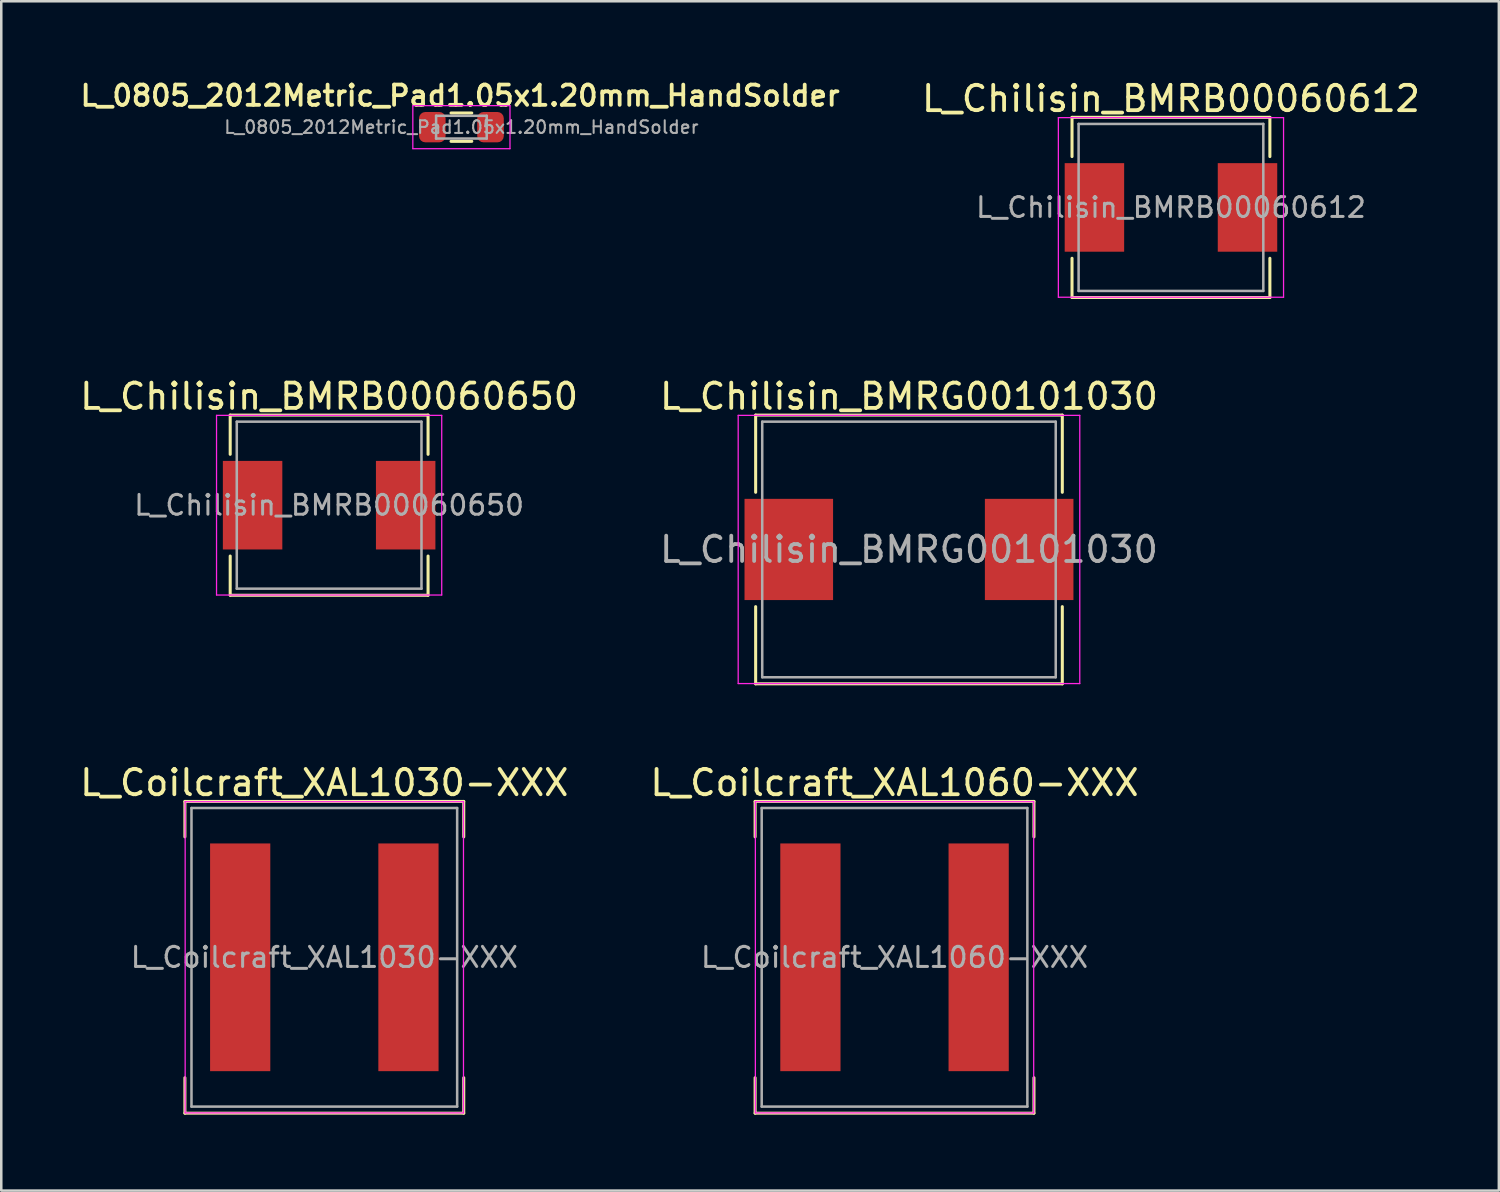
<source format=kicad_pcb>
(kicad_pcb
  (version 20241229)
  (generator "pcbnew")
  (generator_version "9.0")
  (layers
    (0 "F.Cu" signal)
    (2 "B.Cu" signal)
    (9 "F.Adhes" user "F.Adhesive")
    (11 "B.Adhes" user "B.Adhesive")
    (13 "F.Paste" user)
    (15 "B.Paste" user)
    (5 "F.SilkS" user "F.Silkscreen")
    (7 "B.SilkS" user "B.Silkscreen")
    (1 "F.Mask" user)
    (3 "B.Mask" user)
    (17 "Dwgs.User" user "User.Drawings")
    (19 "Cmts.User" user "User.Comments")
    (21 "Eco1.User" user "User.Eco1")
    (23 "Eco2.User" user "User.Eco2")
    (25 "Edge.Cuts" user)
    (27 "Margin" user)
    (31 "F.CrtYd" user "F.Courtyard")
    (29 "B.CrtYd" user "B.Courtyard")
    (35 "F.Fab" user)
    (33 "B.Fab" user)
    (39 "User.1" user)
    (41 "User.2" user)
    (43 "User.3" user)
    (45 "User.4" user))
  (footprint "L_0805_2012Metric_Pad1.05x1.20mm_HandSolder"
    (layer "F.Cu")
    (at 15.186 1.976)
    (property "Reference" "L_0805_2012Metric_Pad1.05x1.20mm_HandSolder" (at -0.051 -1.245 0) (layer "F.SilkS") (effects (font (size 0.8 0.8) (thickness 0.15))))
    (attr smd)
    (fp_line (start -0.41 -0.56) (end 0.41 -0.56) (stroke (width 0.12) (type solid)) (layer "F.SilkS"))
    (fp_line (start -0.41 0.56) (end 0.41 0.56) (stroke (width 0.12) (type solid)) (layer "F.SilkS"))
    (fp_line (start -1.92 -0.85) (end 1.92 -0.85) (stroke (width 0.05) (type solid)) (layer "F.CrtYd"))
    (fp_line (start -1.92 0.85) (end -1.92 -0.85) (stroke (width 0.05) (type solid)) (layer "F.CrtYd"))
    (fp_line (start 1.92 -0.85) (end 1.92 0.85) (stroke (width 0.05) (type solid)) (layer "F.CrtYd"))
    (fp_line (start 1.92 0.85) (end -1.92 0.85) (stroke (width 0.05) (type solid)) (layer "F.CrtYd"))
    (fp_line (start -1 -0.45) (end 1 -0.45) (stroke (width 0.1) (type solid)) (layer "F.Fab"))
    (fp_line (start -1 0.45) (end -1 -0.45) (stroke (width 0.1) (type solid)) (layer "F.Fab"))
    (fp_line (start 1 -0.45) (end 1 0.45) (stroke (width 0.1) (type solid)) (layer "F.Fab"))
    (fp_line (start 1 0.45) (end -1 0.45) (stroke (width 0.1) (type solid)) (layer "F.Fab"))
    (fp_text user "${REFERENCE}" (at 0 0 0) (layer "F.Fab") (effects (font (size 0.5 0.5) (thickness 0.08))))
    (pad "1" smd roundrect (at -1.15 0) (size 1.05 1.2) (layers "F.Cu" "F.Mask" "F.Paste") (roundrect_rratio 0.238))
    (pad "2" smd roundrect (at 1.15 0) (size 1.05 1.2) (layers "F.Cu" "F.Mask" "F.Paste") (roundrect_rratio 0.238)))
  (footprint "L_Coilcraft_XAL1060-XXX"
    (layer "F.Cu")
    (at 32.304 34.785)
    (property "Reference" "L_Coilcraft_XAL1060-XXX" (at 0 -6.9 0) (layer "F.SilkS") (effects (font (size 1 1) (thickness 0.15))))
    (attr smd)
    (fp_line (start -5.51 -6.16) (end -5.51 -4.76) (stroke (width 0.12) (type solid)) (layer "F.SilkS"))
    (fp_line (start -5.51 -6.16) (end 5.51 -6.16) (stroke (width 0.12) (type solid)) (layer "F.SilkS"))
    (fp_line (start -5.51 6.16) (end -5.51 4.76) (stroke (width 0.12) (type solid)) (layer "F.SilkS"))
    (fp_line (start -5.51 6.16) (end 5.51 6.16) (stroke (width 0.12) (type solid)) (layer "F.SilkS"))
    (fp_line (start 5.51 -6.16) (end 5.51 -4.76) (stroke (width 0.12) (type solid)) (layer "F.SilkS"))
    (fp_line (start 5.51 6.16) (end 5.51 4.76) (stroke (width 0.12) (type solid)) (layer "F.SilkS"))
    (fp_line (start -5.5 -6.15) (end -5.5 6.15) (stroke (width 0.05) (type solid)) (layer "F.CrtYd"))
    (fp_line (start -5.5 6.15) (end 5.5 6.15) (stroke (width 0.05) (type solid)) (layer "F.CrtYd"))
    (fp_line (start 5.5 -6.15) (end -5.5 -6.15) (stroke (width 0.05) (type solid)) (layer "F.CrtYd"))
    (fp_line (start 5.5 6.15) (end 5.5 -6.15) (stroke (width 0.05) (type solid)) (layer "F.CrtYd"))
    (fp_line (start -5.25 -5.9) (end -5.25 5.9) (stroke (width 0.1) (type solid)) (layer "F.Fab"))
    (fp_line (start -5.25 5.9) (end 5.25 5.9) (stroke (width 0.1) (type solid)) (layer "F.Fab"))
    (fp_line (start 5.25 -5.9) (end -5.25 -5.9) (stroke (width 0.1) (type solid)) (layer "F.Fab"))
    (fp_line (start 5.25 5.9) (end 5.25 -5.9) (stroke (width 0.1) (type solid)) (layer "F.Fab"))
    (fp_text user "${REFERENCE}" (at 0 0 0) (layer "F.Fab") (effects (font (size 0.793 0.793) (thickness 0.119))))
    (pad "1" smd rect (at -3.325 0) (size 2.38 9) (layers "F.Cu" "F.Mask" "F.Paste"))
    (pad "2" smd rect (at 3.325 0) (size 2.38 9) (layers "F.Cu" "F.Mask" "F.Paste")))
  (footprint "L_Chilisin_BMRG00101030"
    (layer "F.Cu")
    (at 32.875 18.666)
    (property "Reference" "L_Chilisin_BMRG00101030" (at 0 -6.05 0) (layer "F.SilkS") (effects (font (size 1 1) (thickness 0.15))))
    (attr smd)
    (fp_line (start -6.06 -5.31) (end -6.06 -2.26) (stroke (width 0.12) (type solid)) (layer "F.SilkS"))
    (fp_line (start -6.06 -5.31) (end 6.06 -5.31) (stroke (width 0.12) (type solid)) (layer "F.SilkS"))
    (fp_line (start -6.06 5.31) (end -6.06 2.26) (stroke (width 0.12) (type solid)) (layer "F.SilkS"))
    (fp_line (start -6.06 5.31) (end 6.06 5.31) (stroke (width 0.12) (type solid)) (layer "F.SilkS"))
    (fp_line (start 6.06 -5.31) (end 6.06 -2.26) (stroke (width 0.12) (type solid)) (layer "F.SilkS"))
    (fp_line (start 6.06 5.31) (end 6.06 2.26) (stroke (width 0.12) (type solid)) (layer "F.SilkS"))
    (fp_line (start -6.75 -5.3) (end -6.75 5.3) (stroke (width 0.05) (type solid)) (layer "F.CrtYd"))
    (fp_line (start -6.75 5.3) (end 6.75 5.3) (stroke (width 0.05) (type solid)) (layer "F.CrtYd"))
    (fp_line (start 6.75 -5.3) (end -6.75 -5.3) (stroke (width 0.05) (type solid)) (layer "F.CrtYd"))
    (fp_line (start 6.75 5.3) (end 6.75 -5.3) (stroke (width 0.05) (type solid)) (layer "F.CrtYd"))
    (fp_line (start -5.8 -5.05) (end -5.8 5.05) (stroke (width 0.1) (type solid)) (layer "F.Fab"))
    (fp_line (start -5.8 5.05) (end 5.8 5.05) (stroke (width 0.1) (type solid)) (layer "F.Fab"))
    (fp_line (start 5.8 -5.05) (end -5.8 -5.05) (stroke (width 0.1) (type solid)) (layer "F.Fab"))
    (fp_line (start 5.8 5.05) (end 5.8 -5.05) (stroke (width 0.1) (type solid)) (layer "F.Fab"))
    (fp_text user "${REFERENCE}" (at 0 0 0) (layer "F.Fab") (effects (font (size 1 1) (thickness 0.15))))
    (pad "1" smd rect (at -4.75 0) (size 3.5 4) (layers "F.Cu" "F.Mask" "F.Paste"))
    (pad "2" smd rect (at 4.75 0) (size 3.5 4) (layers "F.Cu" "F.Mask" "F.Paste")))
  (footprint "L_Chilisin_BMRB00060650"
    (layer "F.Cu")
    (at 9.958 16.916)
    (property "Reference" "L_Chilisin_BMRB00060650" (at 0 -4.3 0) (layer "F.SilkS") (effects (font (size 1 1) (thickness 0.15))))
    (attr smd)
    (fp_line (start -3.91 -3.56) (end -3.91 -2.01) (stroke (width 0.12) (type solid)) (layer "F.SilkS"))
    (fp_line (start -3.91 -3.56) (end 3.91 -3.56) (stroke (width 0.12) (type solid)) (layer "F.SilkS"))
    (fp_line (start -3.91 3.56) (end -3.91 2.01) (stroke (width 0.12) (type solid)) (layer "F.SilkS"))
    (fp_line (start -3.91 3.56) (end 3.91 3.56) (stroke (width 0.12) (type solid)) (layer "F.SilkS"))
    (fp_line (start 3.91 -3.56) (end 3.91 -2.01) (stroke (width 0.12) (type solid)) (layer "F.SilkS"))
    (fp_line (start 3.91 3.56) (end 3.91 2.01) (stroke (width 0.12) (type solid)) (layer "F.SilkS"))
    (fp_line (start -4.45 -3.55) (end -4.45 3.55) (stroke (width 0.05) (type solid)) (layer "F.CrtYd"))
    (fp_line (start -4.45 3.55) (end 4.45 3.55) (stroke (width 0.05) (type solid)) (layer "F.CrtYd"))
    (fp_line (start 4.45 -3.55) (end -4.45 -3.55) (stroke (width 0.05) (type solid)) (layer "F.CrtYd"))
    (fp_line (start 4.45 3.55) (end 4.45 -3.55) (stroke (width 0.05) (type solid)) (layer "F.CrtYd"))
    (fp_line (start -3.65 -3.3) (end -3.65 3.3) (stroke (width 0.1) (type solid)) (layer "F.Fab"))
    (fp_line (start -3.65 3.3) (end 3.65 3.3) (stroke (width 0.1) (type solid)) (layer "F.Fab"))
    (fp_line (start 3.65 -3.3) (end -3.65 -3.3) (stroke (width 0.1) (type solid)) (layer "F.Fab"))
    (fp_line (start 3.65 3.3) (end 3.65 -3.3) (stroke (width 0.1) (type solid)) (layer "F.Fab"))
    (fp_text user "${REFERENCE}" (at 0 0 0) (layer "F.Fab") (effects (font (size 0.783 0.783) (thickness 0.117))))
    (pad "1" smd rect (at -3.025 0) (size 2.35 3.5) (layers "F.Cu" "F.Mask" "F.Paste"))
    (pad "2" smd rect (at 3.025 0) (size 2.35 3.5) (layers "F.Cu" "F.Mask" "F.Paste")))
  (footprint "L_Chilisin_BMRB00060612"
    (layer "F.Cu")
    (at 43.229 5.148)
    (property "Reference" "L_Chilisin_BMRB00060612" (at 0 -4.3 0) (layer "F.SilkS") (effects (font (size 1 1) (thickness 0.15))))
    (attr smd)
    (fp_line (start -3.91 -3.56) (end -3.91 -2.01) (stroke (width 0.12) (type solid)) (layer "F.SilkS"))
    (fp_line (start -3.91 -3.56) (end 3.91 -3.56) (stroke (width 0.12) (type solid)) (layer "F.SilkS"))
    (fp_line (start -3.91 3.56) (end -3.91 2.01) (stroke (width 0.12) (type solid)) (layer "F.SilkS"))
    (fp_line (start -3.91 3.56) (end 3.91 3.56) (stroke (width 0.12) (type solid)) (layer "F.SilkS"))
    (fp_line (start 3.91 -3.56) (end 3.91 -2.01) (stroke (width 0.12) (type solid)) (layer "F.SilkS"))
    (fp_line (start 3.91 3.56) (end 3.91 2.01) (stroke (width 0.12) (type solid)) (layer "F.SilkS"))
    (fp_line (start -4.45 -3.55) (end -4.45 3.55) (stroke (width 0.05) (type solid)) (layer "F.CrtYd"))
    (fp_line (start -4.45 3.55) (end 4.45 3.55) (stroke (width 0.05) (type solid)) (layer "F.CrtYd"))
    (fp_line (start 4.45 -3.55) (end -4.45 -3.55) (stroke (width 0.05) (type solid)) (layer "F.CrtYd"))
    (fp_line (start 4.45 3.55) (end 4.45 -3.55) (stroke (width 0.05) (type solid)) (layer "F.CrtYd"))
    (fp_line (start -3.65 -3.3) (end -3.65 3.3) (stroke (width 0.1) (type solid)) (layer "F.Fab"))
    (fp_line (start -3.65 3.3) (end 3.65 3.3) (stroke (width 0.1) (type solid)) (layer "F.Fab"))
    (fp_line (start 3.65 -3.3) (end -3.65 -3.3) (stroke (width 0.1) (type solid)) (layer "F.Fab"))
    (fp_line (start 3.65 3.3) (end 3.65 -3.3) (stroke (width 0.1) (type solid)) (layer "F.Fab"))
    (fp_text user "${REFERENCE}" (at 0 0 0) (layer "F.Fab") (effects (font (size 0.783 0.783) (thickness 0.117))))
    (pad "1" smd rect (at -3.025 0) (size 2.35 3.5) (layers "F.Cu" "F.Mask" "F.Paste"))
    (pad "2" smd rect (at 3.025 0) (size 2.35 3.5) (layers "F.Cu" "F.Mask" "F.Paste")))
  (footprint "L_Coilcraft_XAL1030-XXX"
    (layer "F.Cu")
    (at 9.768 34.785)
    (property "Reference" "L_Coilcraft_XAL1030-XXX" (at 0 -6.9 0) (layer "F.SilkS") (effects (font (size 1 1) (thickness 0.15))))
    (attr smd)
    (fp_line (start -5.51 -6.16) (end -5.51 -4.76) (stroke (width 0.12) (type solid)) (layer "F.SilkS"))
    (fp_line (start -5.51 -6.16) (end 5.51 -6.16) (stroke (width 0.12) (type solid)) (layer "F.SilkS"))
    (fp_line (start -5.51 6.16) (end -5.51 4.76) (stroke (width 0.12) (type solid)) (layer "F.SilkS"))
    (fp_line (start -5.51 6.16) (end 5.51 6.16) (stroke (width 0.12) (type solid)) (layer "F.SilkS"))
    (fp_line (start 5.51 -6.16) (end 5.51 -4.76) (stroke (width 0.12) (type solid)) (layer "F.SilkS"))
    (fp_line (start 5.51 6.16) (end 5.51 4.76) (stroke (width 0.12) (type solid)) (layer "F.SilkS"))
    (fp_line (start -5.5 -6.15) (end -5.5 6.15) (stroke (width 0.05) (type solid)) (layer "F.CrtYd"))
    (fp_line (start -5.5 6.15) (end 5.5 6.15) (stroke (width 0.05) (type solid)) (layer "F.CrtYd"))
    (fp_line (start 5.5 -6.15) (end -5.5 -6.15) (stroke (width 0.05) (type solid)) (layer "F.CrtYd"))
    (fp_line (start 5.5 6.15) (end 5.5 -6.15) (stroke (width 0.05) (type solid)) (layer "F.CrtYd"))
    (fp_line (start -5.25 -5.9) (end -5.25 5.9) (stroke (width 0.1) (type solid)) (layer "F.Fab"))
    (fp_line (start -5.25 5.9) (end 5.25 5.9) (stroke (width 0.1) (type solid)) (layer "F.Fab"))
    (fp_line (start 5.25 -5.9) (end -5.25 -5.9) (stroke (width 0.1) (type solid)) (layer "F.Fab"))
    (fp_line (start 5.25 5.9) (end 5.25 -5.9) (stroke (width 0.1) (type solid)) (layer "F.Fab"))
    (fp_text user "${REFERENCE}" (at 0 0 0) (layer "F.Fab") (effects (font (size 0.793 0.793) (thickness 0.119))))
    (pad "1" smd rect (at -3.325 0) (size 2.38 9) (layers "F.Cu" "F.Mask" "F.Paste"))
    (pad "2" smd rect (at 3.325 0) (size 2.38 9) (layers "F.Cu" "F.Mask" "F.Paste")))
  (gr_rect
    (start -3 -3)
    (end 56.188 44.005)
    (stroke (width 0.1) (type default))
    (fill no)
    (layer "Edge.Cuts")))
</source>
